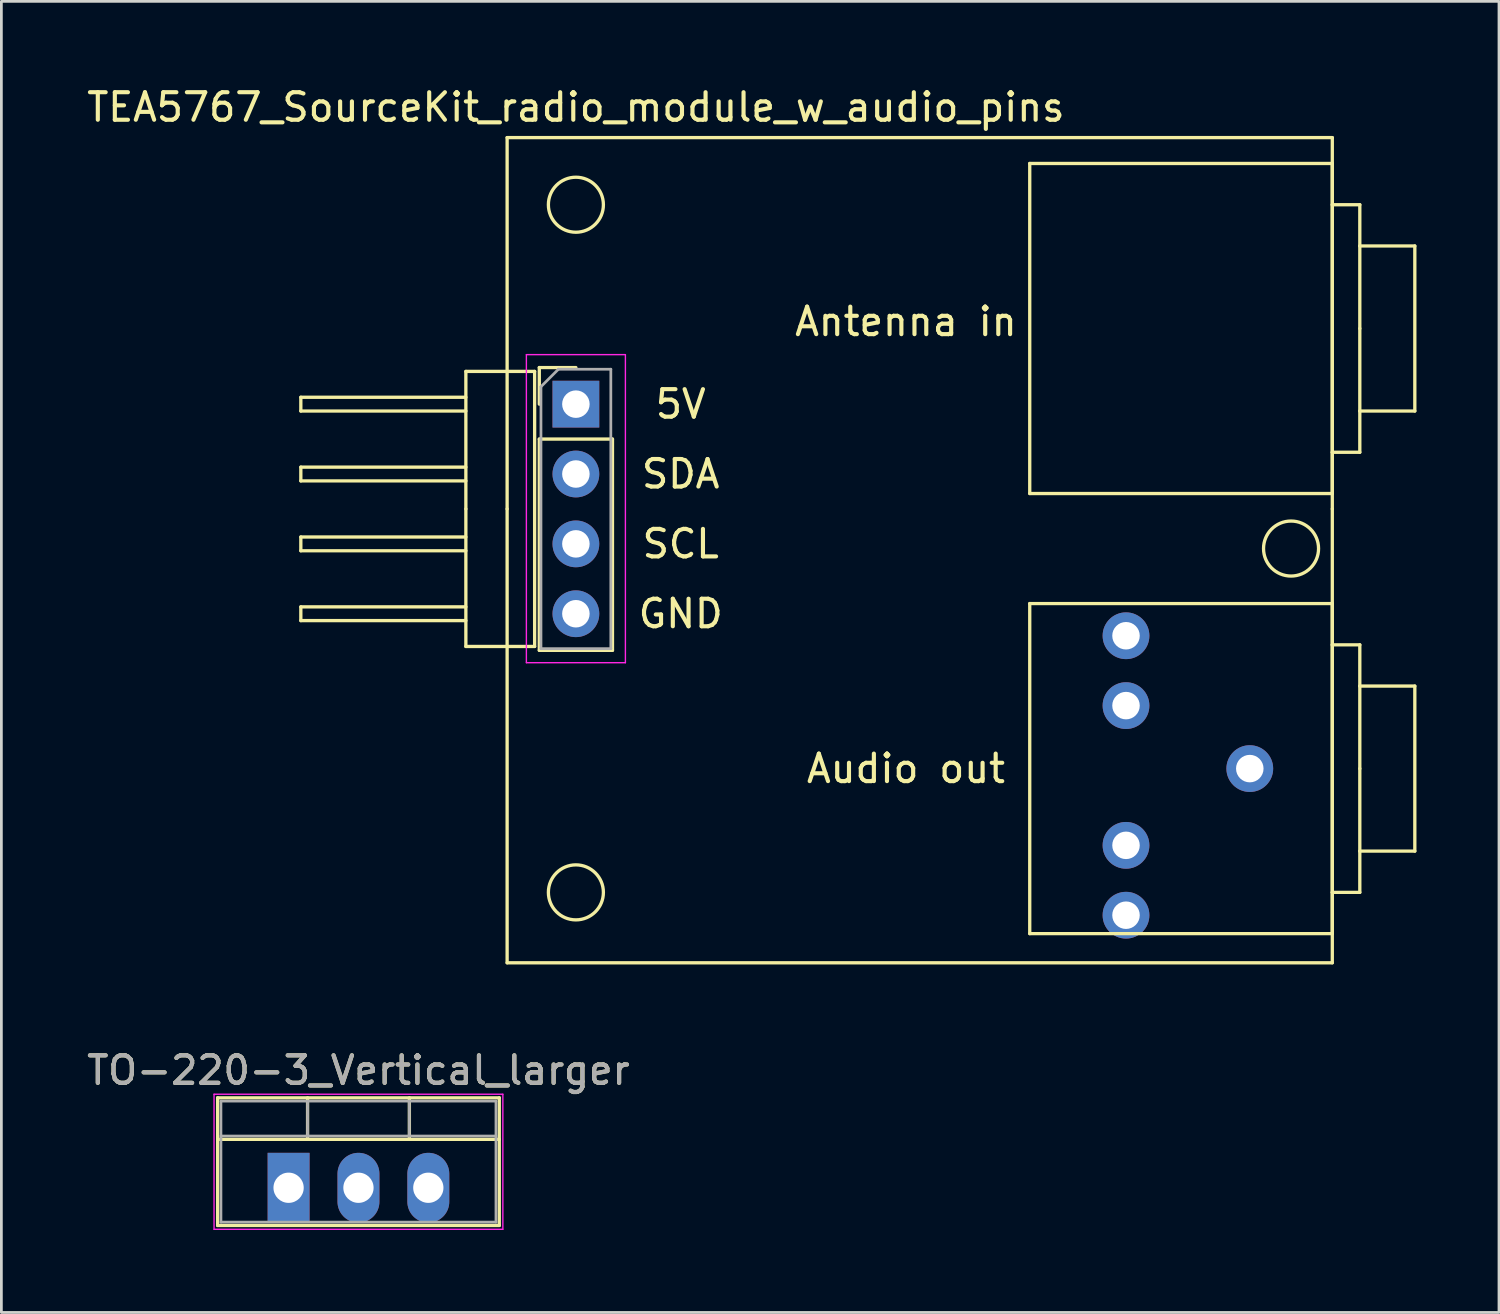
<source format=kicad_pcb>
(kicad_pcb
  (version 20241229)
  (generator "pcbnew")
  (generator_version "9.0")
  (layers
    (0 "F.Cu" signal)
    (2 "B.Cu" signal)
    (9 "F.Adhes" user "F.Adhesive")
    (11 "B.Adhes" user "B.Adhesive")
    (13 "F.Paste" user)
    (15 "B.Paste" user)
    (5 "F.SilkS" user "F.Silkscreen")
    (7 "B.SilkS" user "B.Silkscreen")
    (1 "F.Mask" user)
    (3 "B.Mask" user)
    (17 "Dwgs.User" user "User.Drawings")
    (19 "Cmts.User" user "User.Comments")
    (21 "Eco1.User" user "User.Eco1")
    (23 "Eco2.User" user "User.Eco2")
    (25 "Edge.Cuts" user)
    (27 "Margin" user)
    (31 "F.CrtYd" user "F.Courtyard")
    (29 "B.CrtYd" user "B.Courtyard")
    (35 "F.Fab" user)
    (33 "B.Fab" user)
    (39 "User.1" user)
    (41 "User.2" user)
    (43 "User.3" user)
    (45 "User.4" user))
  (footprint "TO-220-3_Vertical_larger"
    (layer "F.Cu")
    (at 7.442 40.132)
    (property "Reference" "TO-220-3_Vertical_larger" (at 2.54 -4.27 0) (layer "F.SilkS") (effects (font (size 1 1) (thickness 0.15))))
    (attr through_hole)
    (fp_line (start -2.58 -3.27) (end -2.58 1.371) (stroke (width 0.12) (type solid)) (layer "F.SilkS"))
    (fp_line (start -2.58 -3.27) (end 7.66 -3.27) (stroke (width 0.12) (type solid)) (layer "F.SilkS"))
    (fp_line (start -2.58 -1.76) (end 7.66 -1.76) (stroke (width 0.12) (type solid)) (layer "F.SilkS"))
    (fp_line (start -2.58 1.371) (end 7.66 1.371) (stroke (width 0.12) (type solid)) (layer "F.SilkS"))
    (fp_line (start 0.69 -3.27) (end 0.69 -1.76) (stroke (width 0.12) (type solid)) (layer "F.SilkS"))
    (fp_line (start 4.391 -3.27) (end 4.391 -1.76) (stroke (width 0.12) (type solid)) (layer "F.SilkS"))
    (fp_line (start 7.66 -3.27) (end 7.66 1.371) (stroke (width 0.12) (type solid)) (layer "F.SilkS"))
    (fp_line (start -2.71 -3.4) (end -2.71 1.51) (stroke (width 0.05) (type solid)) (layer "F.CrtYd"))
    (fp_line (start -2.71 1.51) (end 7.79 1.51) (stroke (width 0.05) (type solid)) (layer "F.CrtYd"))
    (fp_line (start 7.79 -3.4) (end -2.71 -3.4) (stroke (width 0.05) (type solid)) (layer "F.CrtYd"))
    (fp_line (start 7.79 1.51) (end 7.79 -3.4) (stroke (width 0.05) (type solid)) (layer "F.CrtYd"))
    (fp_line (start -2.46 -3.15) (end -2.46 1.25) (stroke (width 0.1) (type solid)) (layer "F.Fab"))
    (fp_line (start -2.46 -1.88) (end 7.54 -1.88) (stroke (width 0.1) (type solid)) (layer "F.Fab"))
    (fp_line (start -2.46 1.25) (end 7.54 1.25) (stroke (width 0.1) (type solid)) (layer "F.Fab"))
    (fp_line (start 0.69 -3.15) (end 0.69 -1.88) (stroke (width 0.1) (type solid)) (layer "F.Fab"))
    (fp_line (start 4.39 -3.15) (end 4.39 -1.88) (stroke (width 0.1) (type solid)) (layer "F.Fab"))
    (fp_line (start 7.54 -3.15) (end -2.46 -3.15) (stroke (width 0.1) (type solid)) (layer "F.Fab"))
    (fp_line (start 7.54 1.25) (end 7.54 -3.15) (stroke (width 0.1) (type solid)) (layer "F.Fab"))
    (fp_text user "${REFERENCE}" (at 2.54 -4.27 0) (layer "F.Fab") (effects (font (size 1 1) (thickness 0.15))))
    (pad "1" thru_hole rect (at 0 0) (size 1.524 2.54) (drill 1.1) (layers "*.Cu" "*.Mask"))
    (pad "2" thru_hole oval (at 2.54 0) (size 1.524 2.54) (drill 1.1) (layers "*.Cu" "*.Mask"))
    (pad "3" thru_hole oval (at 5.08 0) (size 1.524 2.54) (drill 1.1) (layers "*.Cu" "*.Mask")))
  (footprint "TEA5767_SourceKit_radio_module_w_audio_pins"
    (layer "F.Cu")
    (at 17.887 11.643)
    (property "Reference" "TEA5767_SourceKit_radio_module_w_audio_pins" (at 0 -10.795 0) (layer "F.SilkS") (effects (font (size 1 1) (thickness 0.15))))
    (attr through_hole)
    (fp_line (start -10 -0.25) (end -10 0.25) (stroke (width 0.12) (type solid)) (layer "F.SilkS"))
    (fp_line (start -10 0.25) (end -4 0.25) (stroke (width 0.12) (type solid)) (layer "F.SilkS"))
    (fp_line (start -10 2.29) (end -10 2.79) (stroke (width 0.12) (type solid)) (layer "F.SilkS"))
    (fp_line (start -10 2.79) (end -4 2.79) (stroke (width 0.12) (type solid)) (layer "F.SilkS"))
    (fp_line (start -10 4.83) (end -10 5.33) (stroke (width 0.12) (type solid)) (layer "F.SilkS"))
    (fp_line (start -10 5.33) (end -4 5.33) (stroke (width 0.12) (type solid)) (layer "F.SilkS"))
    (fp_line (start -10 7.37) (end -10 7.87) (stroke (width 0.12) (type solid)) (layer "F.SilkS"))
    (fp_line (start -10 7.87) (end -4 7.87) (stroke (width 0.12) (type solid)) (layer "F.SilkS"))
    (fp_line (start -4 -1.19) (end -1.5 -1.19) (stroke (width 0.12) (type solid)) (layer "F.SilkS"))
    (fp_line (start -4 -0.25) (end -10 -0.25) (stroke (width 0.12) (type solid)) (layer "F.SilkS"))
    (fp_line (start -4 2.29) (end -10 2.29) (stroke (width 0.12) (type solid)) (layer "F.SilkS"))
    (fp_line (start -4 3.81) (end -4 -1.19) (stroke (width 0.12) (type solid)) (layer "F.SilkS"))
    (fp_line (start -4 4.83) (end -10 4.83) (stroke (width 0.12) (type solid)) (layer "F.SilkS"))
    (fp_line (start -4 7.37) (end -10 7.37) (stroke (width 0.12) (type solid)) (layer "F.SilkS"))
    (fp_line (start -4 8.81) (end -4 3.81) (stroke (width 0.12) (type solid)) (layer "F.SilkS"))
    (fp_line (start -2.5 -9.69) (end 27.5 -9.69) (stroke (width 0.12) (type solid)) (layer "F.SilkS"))
    (fp_line (start -2.5 3.81) (end -2.5 -9.69) (stroke (width 0.12) (type solid)) (layer "F.SilkS"))
    (fp_line (start -2.5 20.31) (end -2.5 3.81) (stroke (width 0.12) (type solid)) (layer "F.SilkS"))
    (fp_line (start -1.5 -1.19) (end -1.5 8.81) (stroke (width 0.12) (type solid)) (layer "F.SilkS"))
    (fp_line (start -1.5 8.81) (end -4 8.81) (stroke (width 0.12) (type solid)) (layer "F.SilkS"))
    (fp_line (start -1.33 -1.33) (end 0 -1.33) (stroke (width 0.12) (type solid)) (layer "F.SilkS"))
    (fp_line (start -1.33 0) (end -1.33 -1.33) (stroke (width 0.12) (type solid)) (layer "F.SilkS"))
    (fp_line (start -1.33 1.27) (end -1.33 8.95) (stroke (width 0.12) (type solid)) (layer "F.SilkS"))
    (fp_line (start -1.33 1.27) (end 1.33 1.27) (stroke (width 0.12) (type solid)) (layer "F.SilkS"))
    (fp_line (start -1.33 8.95) (end 1.33 8.95) (stroke (width 0.12) (type solid)) (layer "F.SilkS"))
    (fp_line (start 1.33 1.27) (end 1.33 8.95) (stroke (width 0.12) (type solid)) (layer "F.SilkS"))
    (fp_line (start 16.5 -8.75) (end 16.5 3.25) (stroke (width 0.12) (type solid)) (layer "F.SilkS"))
    (fp_line (start 16.5 3.25) (end 27.5 3.25) (stroke (width 0.12) (type solid)) (layer "F.SilkS"))
    (fp_line (start 16.5 7.25) (end 16.5 19.25) (stroke (width 0.12) (type solid)) (layer "F.SilkS"))
    (fp_line (start 16.5 19.25) (end 27.5 19.25) (stroke (width 0.12) (type solid)) (layer "F.SilkS"))
    (fp_line (start 27.5 -9.69) (end 27.5 3.81) (stroke (width 0.12) (type solid)) (layer "F.SilkS"))
    (fp_line (start 27.5 -8.75) (end 16.5 -8.75) (stroke (width 0.12) (type solid)) (layer "F.SilkS"))
    (fp_line (start 27.5 -7.25) (end 27.5 -8.75) (stroke (width 0.12) (type solid)) (layer "F.SilkS"))
    (fp_line (start 27.5 -7.25) (end 27.5 1.75) (stroke (width 0.12) (type solid)) (layer "F.SilkS"))
    (fp_line (start 27.5 1.75) (end 28.5 1.75) (stroke (width 0.12) (type solid)) (layer "F.SilkS"))
    (fp_line (start 27.5 3.25) (end 27.5 1.75) (stroke (width 0.12) (type solid)) (layer "F.SilkS"))
    (fp_line (start 27.5 3.81) (end 27.5 20.31) (stroke (width 0.12) (type solid)) (layer "F.SilkS"))
    (fp_line (start 27.5 7.25) (end 16.5 7.25) (stroke (width 0.12) (type solid)) (layer "F.SilkS"))
    (fp_line (start 27.5 8.75) (end 27.5 7.25) (stroke (width 0.12) (type solid)) (layer "F.SilkS"))
    (fp_line (start 27.5 8.75) (end 27.5 17.75) (stroke (width 0.12) (type solid)) (layer "F.SilkS"))
    (fp_line (start 27.5 17.75) (end 28.5 17.75) (stroke (width 0.12) (type solid)) (layer "F.SilkS"))
    (fp_line (start 27.5 19.25) (end 27.5 17.75) (stroke (width 0.12) (type solid)) (layer "F.SilkS"))
    (fp_line (start 27.5 20.31) (end -2.5 20.31) (stroke (width 0.12) (type solid)) (layer "F.SilkS"))
    (fp_line (start 28.5 -7.25) (end 27.5 -7.25) (stroke (width 0.12) (type solid)) (layer "F.SilkS"))
    (fp_line (start 28.5 -5.75) (end 28.5 -7.25) (stroke (width 0.12) (type solid)) (layer "F.SilkS"))
    (fp_line (start 28.5 -5.75) (end 30.5 -5.75) (stroke (width 0.12) (type solid)) (layer "F.SilkS"))
    (fp_line (start 28.5 -2.75) (end 28.5 -5.75) (stroke (width 0.12) (type solid)) (layer "F.SilkS"))
    (fp_line (start 28.5 0.25) (end 28.5 -2.75) (stroke (width 0.12) (type solid)) (layer "F.SilkS"))
    (fp_line (start 28.5 1.75) (end 28.5 0.25) (stroke (width 0.12) (type solid)) (layer "F.SilkS"))
    (fp_line (start 28.5 8.75) (end 27.5 8.75) (stroke (width 0.12) (type solid)) (layer "F.SilkS"))
    (fp_line (start 28.5 10.25) (end 28.5 8.75) (stroke (width 0.12) (type solid)) (layer "F.SilkS"))
    (fp_line (start 28.5 10.25) (end 30.5 10.25) (stroke (width 0.12) (type solid)) (layer "F.SilkS"))
    (fp_line (start 28.5 13.25) (end 28.5 10.25) (stroke (width 0.12) (type solid)) (layer "F.SilkS"))
    (fp_line (start 28.5 16.25) (end 28.5 13.25) (stroke (width 0.12) (type solid)) (layer "F.SilkS"))
    (fp_line (start 28.5 17.75) (end 28.5 16.25) (stroke (width 0.12) (type solid)) (layer "F.SilkS"))
    (fp_line (start 30.5 -5.75) (end 30.5 0.25) (stroke (width 0.12) (type solid)) (layer "F.SilkS"))
    (fp_line (start 30.5 0.25) (end 28.5 0.25) (stroke (width 0.12) (type solid)) (layer "F.SilkS"))
    (fp_line (start 30.5 10.25) (end 30.5 16.25) (stroke (width 0.12) (type solid)) (layer "F.SilkS"))
    (fp_line (start 30.5 16.25) (end 28.5 16.25) (stroke (width 0.12) (type solid)) (layer "F.SilkS"))
    (fp_circle (center 0 -7.25) (end 1 -7.25) (stroke (width 0.12) (type solid)) (fill no) (layer "F.SilkS"))
    (fp_circle (center 0 17.75) (end 1 17.75) (stroke (width 0.12) (type solid)) (fill no) (layer "F.SilkS"))
    (fp_circle (center 26 5.25) (end 27 5.25) (stroke (width 0.12) (type solid)) (fill no) (layer "F.SilkS"))
    (fp_line (start -1.8 -1.8) (end -1.8 9.4) (stroke (width 0.05) (type solid)) (layer "F.CrtYd"))
    (fp_line (start -1.8 9.4) (end 1.8 9.4) (stroke (width 0.05) (type solid)) (layer "F.CrtYd"))
    (fp_line (start 1.8 -1.8) (end -1.8 -1.8) (stroke (width 0.05) (type solid)) (layer "F.CrtYd"))
    (fp_line (start 1.8 9.4) (end 1.8 -1.8) (stroke (width 0.05) (type solid)) (layer "F.CrtYd"))
    (fp_line (start -1.27 -0.635) (end -0.635 -1.27) (stroke (width 0.1) (type solid)) (layer "F.Fab"))
    (fp_line (start -1.27 8.89) (end -1.27 -0.635) (stroke (width 0.1) (type solid)) (layer "F.Fab"))
    (fp_line (start -0.635 -1.27) (end 1.27 -1.27) (stroke (width 0.1) (type solid)) (layer "F.Fab"))
    (fp_line (start 1.27 -1.27) (end 1.27 8.89) (stroke (width 0.1) (type solid)) (layer "F.Fab"))
    (fp_line (start 1.27 8.89) (end -1.27 8.89) (stroke (width 0.1) (type solid)) (layer "F.Fab"))
    (fp_text user "GND" (at 3.81 7.62 0) (layer "F.SilkS") (effects (font (size 1 1) (thickness 0.15))))
    (fp_text user "Antenna in" (at 12 -3 0) (layer "F.SilkS") (effects (font (size 1 1) (thickness 0.15))))
    (fp_text user "SDA" (at 3.81 2.54 0) (layer "F.SilkS") (effects (font (size 1 1) (thickness 0.15))))
    (fp_text user "Audio out" (at 12 13.25 0) (layer "F.SilkS") (effects (font (size 1 1) (thickness 0.15))))
    (fp_text user "5V" (at 3.81 0 0) (layer "F.SilkS") (effects (font (size 1 1) (thickness 0.15))))
    (fp_text user "SCL" (at 3.81 5.08 0) (layer "F.SilkS") (effects (font (size 1 1) (thickness 0.15))))
    (pad "1" thru_hole rect (at 0 0) (size 1.7 1.7) (drill 1) (layers "*.Cu" "*.Mask"))
    (pad "2" thru_hole oval (at 0 2.54) (size 1.7 1.7) (drill 1) (layers "*.Cu" "*.Mask"))
    (pad "3" thru_hole oval (at 0 5.08) (size 1.7 1.7) (drill 1) (layers "*.Cu" "*.Mask"))
    (pad "4" thru_hole oval (at 0 7.62) (size 1.7 1.7) (drill 1) (layers "*.Cu" "*.Mask"))
    (pad "5" thru_hole oval (at 24.5 13.25) (size 1.7 1.7) (drill 1) (layers "*.Cu" "*.Mask"))
    (pad "6" thru_hole oval (at 20 10.96) (size 1.7 1.7) (drill 1) (layers "*.Cu" "*.Mask"))
    (pad "7" thru_hole oval (at 20 8.42) (size 1.7 1.7) (drill 1) (layers "*.Cu" "*.Mask"))
    (pad "8" thru_hole oval (at 20 16.04) (size 1.7 1.7) (drill 1) (layers "*.Cu" "*.Mask"))
    (pad "9" thru_hole oval (at 20 18.58) (size 1.7 1.7) (drill 1) (layers "*.Cu" "*.Mask")))
  (gr_rect
    (start -3 -3)
    (end 51.447 44.666)
    (stroke (width 0.1) (type default))
    (fill no)
    (layer "Edge.Cuts")))
</source>
